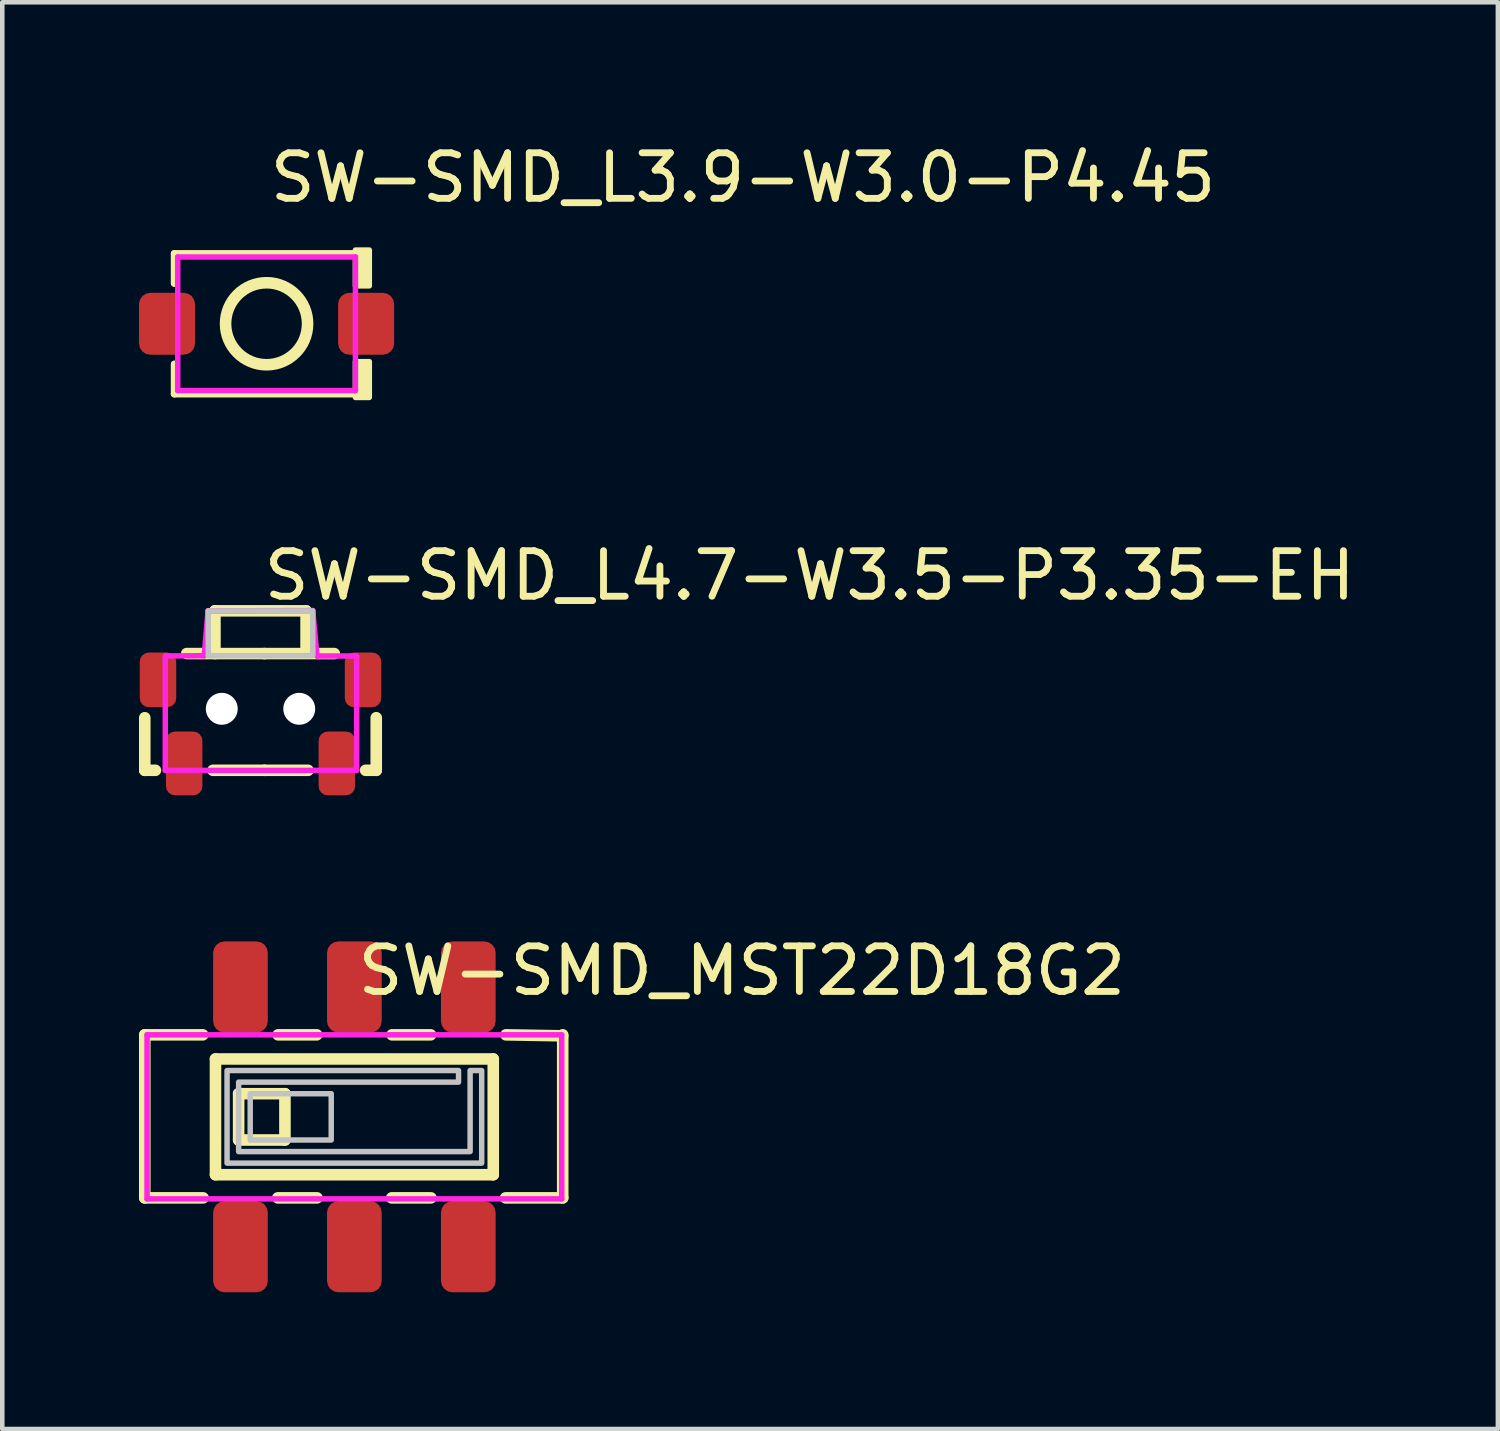
<source format=kicad_pcb>
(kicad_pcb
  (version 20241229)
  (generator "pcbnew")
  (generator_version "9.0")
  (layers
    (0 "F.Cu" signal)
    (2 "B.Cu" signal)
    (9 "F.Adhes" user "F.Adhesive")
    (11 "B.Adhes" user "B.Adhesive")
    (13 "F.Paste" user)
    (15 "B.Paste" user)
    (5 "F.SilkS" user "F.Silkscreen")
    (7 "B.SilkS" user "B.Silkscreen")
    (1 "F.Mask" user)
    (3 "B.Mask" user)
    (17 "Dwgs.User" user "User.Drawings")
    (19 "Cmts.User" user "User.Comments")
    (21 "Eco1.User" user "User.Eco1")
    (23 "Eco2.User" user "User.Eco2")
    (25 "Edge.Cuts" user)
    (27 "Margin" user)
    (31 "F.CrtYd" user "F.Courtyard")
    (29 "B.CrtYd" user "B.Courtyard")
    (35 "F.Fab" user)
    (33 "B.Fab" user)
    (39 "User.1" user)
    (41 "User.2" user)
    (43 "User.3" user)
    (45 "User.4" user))
  (footprint "SW-SMD_MST22D18G2"
    (layer "F.Cu")
    (at 4.727 21.46)
    (property "Reference" "SW-SMD_MST22D18G2" (at 0 -3.207 0) (layer "F.SilkS") (effects (font (size 1 1) (thickness 0.15)) (justify left)))
    (attr through_hole)
    (fp_line (start -4.6 -1.8) (end -4.6 1.778) (stroke (width 0.254) (type solid)) (layer "F.SilkS"))
    (fp_line (start -4.6 -1.8) (end -3.326 -1.8) (stroke (width 0.254) (type solid)) (layer "F.SilkS"))
    (fp_line (start -3.319 1.778) (end -4.6 1.778) (stroke (width 0.254) (type solid)) (layer "F.SilkS"))
    (fp_line (start -3.048 -1.27) (end 3.048 -1.27) (stroke (width 0.254) (type solid)) (layer "F.SilkS"))
    (fp_line (start -3.048 1.27) (end -3.048 -1.27) (stroke (width 0.254) (type solid)) (layer "F.SilkS"))
    (fp_line (start -2.54 -0.508) (end -1.524 -0.508) (stroke (width 0.254) (type solid)) (layer "F.SilkS"))
    (fp_line (start -2.54 0.508) (end -2.54 -0.508) (stroke (width 0.254) (type solid)) (layer "F.SilkS"))
    (fp_line (start -1.674 -1.8) (end -0.826 -1.8) (stroke (width 0.254) (type solid)) (layer "F.SilkS"))
    (fp_line (start -1.524 -0.508) (end -1.524 0.508) (stroke (width 0.254) (type solid)) (layer "F.SilkS"))
    (fp_line (start -1.524 0.508) (end -2.54 0.508) (stroke (width 0.254) (type solid)) (layer "F.SilkS"))
    (fp_line (start -0.819 1.778) (end -1.681 1.778) (stroke (width 0.254) (type solid)) (layer "F.SilkS"))
    (fp_line (start 0.826 -1.8) (end 1.674 -1.8) (stroke (width 0.254) (type solid)) (layer "F.SilkS"))
    (fp_line (start 1.681 1.778) (end 0.819 1.778) (stroke (width 0.254) (type solid)) (layer "F.SilkS"))
    (fp_line (start 3.048 -1.27) (end 3.048 1.27) (stroke (width 0.254) (type solid)) (layer "F.SilkS"))
    (fp_line (start 3.048 1.27) (end -3.048 1.27) (stroke (width 0.254) (type solid)) (layer "F.SilkS"))
    (fp_line (start 3.326 -1.8) (end 4.572 -1.778) (stroke (width 0.254) (type solid)) (layer "F.SilkS"))
    (fp_line (start 4.572 1.778) (end 3.319 1.778) (stroke (width 0.254) (type solid)) (layer "F.SilkS"))
    (fp_line (start 4.572 1.778) (end 4.572 -1.8) (stroke (width 0.254) (type solid)) (layer "F.SilkS"))
    (fp_poly (pts (xy -2.286 -0.508) (xy -2.286 0.508) (xy -0.508 0.508) (xy -0.508 -0.508)) (stroke (width 0.12) (type solid)) (fill no) (layer "Dwgs.User"))
    (fp_poly (pts (xy -2.54 -1.016) (xy -2.794 -1.016) (xy -2.794 1.016) (xy 2.794 1.016) (xy 2.794 -1.016) (xy 2.54 -1.016) (xy 2.54 0.762) (xy -2.54 0.762) (xy -2.54 -0.762) (xy 2.286 -0.762) (xy 2.286 -1.016)) (stroke (width 0.12) (type solid)) (fill no) (layer "Dwgs.User"))
    (fp_line (start -4.55 -1.8) (end 4.55 -1.8) (stroke (width 0.12) (type solid)) (layer "F.CrtYd"))
    (fp_line (start -4.55 1.8) (end -4.55 -1.8) (stroke (width 0.12) (type solid)) (layer "F.CrtYd"))
    (fp_line (start 4.55 -1.8) (end 4.55 1.8) (stroke (width 0.12) (type solid)) (layer "F.CrtYd"))
    (fp_line (start 4.55 1.8) (end -4.55 1.8) (stroke (width 0.12) (type solid)) (layer "F.CrtYd"))
    (pad "1" smd roundrect (at -2.5 -2.85 180) (size 1.2 2) (layers "F.Cu" "F.Mask" "F.Paste") (roundrect_rratio 0.208))
    (pad "2" smd roundrect (at 0 -2.85 180) (size 1.2 2) (layers "F.Cu" "F.Mask" "F.Paste") (roundrect_rratio 0.208))
    (pad "3" smd roundrect (at 2.5 -2.85 180) (size 1.2 2) (layers "F.Cu" "F.Mask" "F.Paste") (roundrect_rratio 0.208))
    (pad "4" smd roundrect (at -2.5 2.85 180) (size 1.2 2) (layers "F.Cu" "F.Mask" "F.Paste") (roundrect_rratio 0.208))
    (pad "5" smd roundrect (at 0 2.85 180) (size 1.2 2) (layers "F.Cu" "F.Mask" "F.Paste") (roundrect_rratio 0.208))
    (pad "6" smd roundrect (at 2.5 2.85 180) (size 1.2 2) (layers "F.Cu" "F.Mask" "F.Paste") (roundrect_rratio 0.208)))
  (footprint "SW-SMD_L4.7-W3.5-P3.35-EH"
    (layer "F.Cu")
    (at 2.667 12.787)
    (property "Reference" "SW-SMD_L4.7-W3.5-P3.35-EH" (at 0 -3.207 0) (layer "F.SilkS") (effects (font (size 1 1) (thickness 0.15)) (justify left)))
    (attr smd)
    (fp_line (start -2.54 1.068) (end -2.54 -0.086) (stroke (width 0.254) (type solid)) (layer "F.SilkS"))
    (fp_line (start -2.306 1.068) (end -2.54 1.068) (stroke (width 0.254) (type solid)) (layer "F.SilkS"))
    (fp_line (start -1 -2.432) (end -1 -1.494) (stroke (width 0.254) (type solid)) (layer "F.SilkS"))
    (fp_line (start -1 -2.432) (end 1 -2.432) (stroke (width 0.254) (type solid)) (layer "F.SilkS"))
    (fp_line (start 0.088 -1.494) (end -1.619 -1.494) (stroke (width 0.254) (type solid)) (layer "F.SilkS"))
    (fp_line (start 0.088 -1.494) (end 1.619 -1.494) (stroke (width 0.254) (type solid)) (layer "F.SilkS"))
    (fp_line (start 0.088 1.068) (end -1.044 1.068) (stroke (width 0.254) (type solid)) (layer "F.SilkS"))
    (fp_line (start 0.088 1.068) (end 1.044 1.068) (stroke (width 0.254) (type solid)) (layer "F.SilkS"))
    (fp_line (start 1 -2.432) (end 1 -1.513) (stroke (width 0.254) (type solid)) (layer "F.SilkS"))
    (fp_line (start 2.306 1.068) (end 2.54 1.068) (stroke (width 0.254) (type solid)) (layer "F.SilkS"))
    (fp_line (start 2.54 1.068) (end 2.54 -0.086) (stroke (width 0.254) (type solid)) (layer "F.SilkS"))
    (fp_circle (center -0.85 -0.282) (end -0.725 -0.282) (stroke (width 0.25) (type solid)) (fill no) (layer "Dwgs.User"))
    (fp_circle (center 0.85 -0.282) (end 0.975 -0.282) (stroke (width 0.25) (type solid)) (fill no) (layer "Dwgs.User"))
    (fp_poly (pts (xy -1.149 -2.431) (xy 1.147 -2.431) (xy 1.147 -1.448) (xy -1.146 -1.448) (xy -1.146 -1.608)) (stroke (width 0.12) (type solid)) (fill no) (layer "Dwgs.User"))
    (fp_circle (center -2.35 1.22) (end -2.32 1.22) (stroke (width 0.06) (type solid)) (fill no) (layer "Eco2.User"))
    (fp_line (start -2.09 -1.433) (end -2.09 1.07) (stroke (width 0.12) (type solid)) (layer "F.CrtYd"))
    (fp_line (start -2.09 1.07) (end 2.11 1.07) (stroke (width 0.12) (type solid)) (layer "F.CrtYd"))
    (fp_line (start -2.08 -1.442) (end -2.09 -1.433) (stroke (width 0.12) (type solid)) (layer "F.CrtYd"))
    (fp_line (start -1.236 -1.447) (end -2.08 -1.442) (stroke (width 0.12) (type solid)) (layer "F.CrtYd"))
    (fp_line (start -1.151 -2.432) (end -1.236 -1.447) (stroke (width 0.12) (type solid)) (layer "F.CrtYd"))
    (fp_line (start 1.146 -2.438) (end -1.151 -2.432) (stroke (width 0.12) (type solid)) (layer "F.CrtYd"))
    (fp_line (start 1.24 -1.44) (end 1.146 -2.438) (stroke (width 0.12) (type solid)) (layer "F.CrtYd"))
    (fp_line (start 2.1 -1.44) (end 1.24 -1.44) (stroke (width 0.12) (type solid)) (layer "F.CrtYd"))
    (fp_line (start 2.11 -1.43) (end 2.1 -1.44) (stroke (width 0.12) (type solid)) (layer "F.CrtYd"))
    (fp_line (start 2.11 1.07) (end 2.11 -1.43) (stroke (width 0.12) (type solid)) (layer "F.CrtYd"))
    (pad "" np_thru_hole circle (at -0.85 -0.282) (size 0.7 0.7) (drill 0.7) (layers "*.Cu" "*.Mask"))
    (pad "" np_thru_hole circle (at 0.85 -0.282) (size 0.7 0.7) (drill 0.7) (layers "*.Cu" "*.Mask"))
    (pad "1" smd roundrect (at -1.675 0.917) (size 0.8 1.4) (layers "F.Cu" "F.Mask" "F.Paste") (roundrect_rratio 0.25))
    (pad "2" smd roundrect (at 1.675 0.917) (size 0.8 1.4) (layers "F.Cu" "F.Mask" "F.Paste") (roundrect_rratio 0.25))
    (pad "3" smd roundrect (at -2.25 -0.917) (size 0.8 1.2) (layers "F.Cu" "F.Mask" "F.Paste") (roundrect_rratio 0.25))
    (pad "4" smd roundrect (at 2.25 -0.917) (size 0.8 1.2) (layers "F.Cu" "F.Mask" "F.Paste") (roundrect_rratio 0.25)))
  (footprint "SW-SMD_L3.9-W3.0-P4.45"
    (layer "F.Cu")
    (at 2.8 4.055)
    (property "Reference" "SW-SMD_L3.9-W3.0-P4.45" (at 0 -3.207 0) (layer "F.SilkS") (effects (font (size 1 1) (thickness 0.15)) (justify left)))
    (attr smd)
    (fp_line (start -2.026 -1.541) (end -2.026 -0.883) (stroke (width 0.152) (type solid)) (layer "F.SilkS"))
    (fp_line (start -2.026 1.541) (end -2.026 0.883) (stroke (width 0.152) (type solid)) (layer "F.SilkS"))
    (fp_line (start 2.026 -1.541) (end -2.026 -1.541) (stroke (width 0.152) (type solid)) (layer "F.SilkS"))
    (fp_line (start 2.026 1.541) (end -2.026 1.541) (stroke (width 0.152) (type solid)) (layer "F.SilkS"))
    (fp_circle (center 0 0) (end 0.9 0) (stroke (width 0.254) (type solid)) (fill no) (layer "F.SilkS"))
    (fp_poly (pts (xy 1.95 -1.617) (xy 1.95 -0.832) (xy 2.255 -0.832) (xy 2.255 -1.617)) (stroke (width 0.12) (type solid)) (fill yes) (layer "F.SilkS"))
    (fp_poly (pts (xy 1.95 1.617) (xy 1.95 0.832) (xy 2.255 0.832) (xy 2.255 1.617)) (stroke (width 0.12) (type solid)) (fill yes) (layer "F.SilkS"))
    (fp_circle (center 2.5 -1.465) (end 2.53 -1.465) (stroke (width 0.06) (type solid)) (fill no) (layer "Eco2.User"))
    (fp_line (start -1.95 -1.465) (end 1.95 -1.465) (stroke (width 0.12) (type solid)) (layer "F.CrtYd"))
    (fp_line (start -1.95 1.465) (end -1.95 -1.465) (stroke (width 0.12) (type solid)) (layer "F.CrtYd"))
    (fp_line (start 1.95 -1.465) (end 1.95 1.465) (stroke (width 0.12) (type solid)) (layer "F.CrtYd"))
    (fp_line (start 1.95 1.465) (end -1.95 1.465) (stroke (width 0.12) (type solid)) (layer "F.CrtYd"))
    (pad "1" smd roundrect (at -2.185 0) (size 1.23 1.36) (layers "F.Cu" "F.Mask" "F.Paste") (roundrect_rratio 0.203))
    (pad "2" smd roundrect (at 2.185 0) (size 1.23 1.36) (layers "F.Cu" "F.Mask" "F.Paste") (roundrect_rratio 0.203)))
  (gr_rect
    (start -3 -3)
    (end 29.822 28.31)
    (stroke (width 0.1) (type default))
    (fill no)
    (layer "Edge.Cuts")))
</source>
